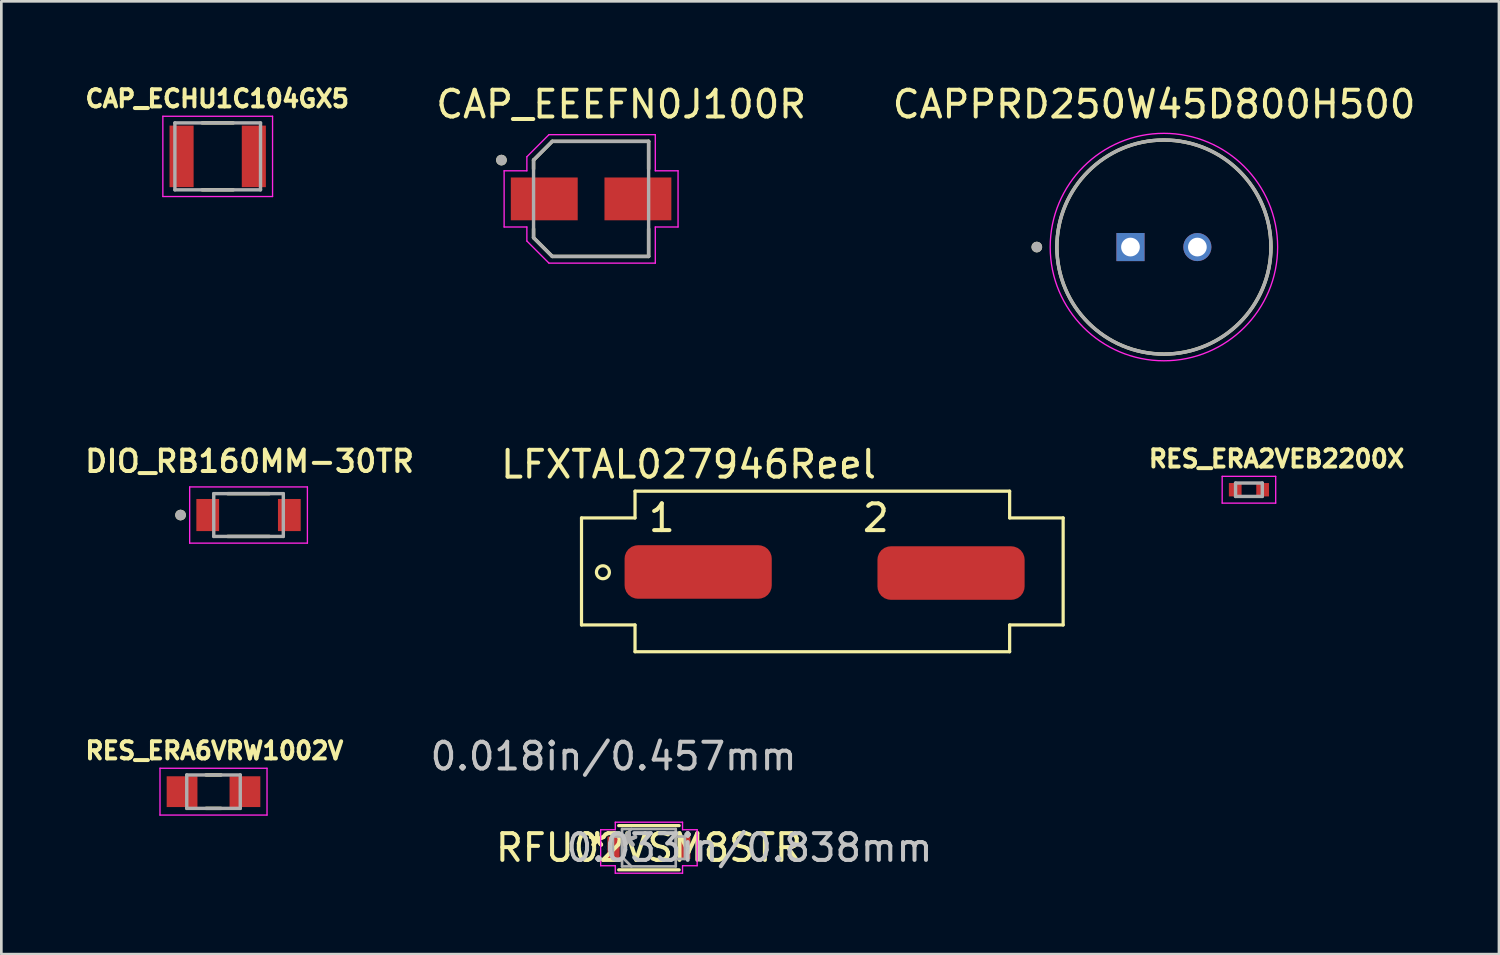
<source format=kicad_pcb>
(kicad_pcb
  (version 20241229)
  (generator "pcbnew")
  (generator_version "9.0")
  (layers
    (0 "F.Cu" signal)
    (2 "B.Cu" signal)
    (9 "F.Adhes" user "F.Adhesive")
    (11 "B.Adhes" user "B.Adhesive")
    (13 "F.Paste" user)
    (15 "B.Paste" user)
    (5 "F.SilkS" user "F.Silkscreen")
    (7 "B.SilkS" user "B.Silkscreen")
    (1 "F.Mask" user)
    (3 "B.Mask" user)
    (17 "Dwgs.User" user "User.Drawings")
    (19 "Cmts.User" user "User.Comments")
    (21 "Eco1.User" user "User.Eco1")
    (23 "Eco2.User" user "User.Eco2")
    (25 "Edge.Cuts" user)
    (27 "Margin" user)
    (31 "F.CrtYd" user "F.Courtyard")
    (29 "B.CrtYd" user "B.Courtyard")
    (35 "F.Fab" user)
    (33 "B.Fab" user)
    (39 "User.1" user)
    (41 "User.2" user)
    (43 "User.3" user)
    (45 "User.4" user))
  (footprint "RFU02VSM8STR"
    (layer "F.Cu")
    (at 21.201 28.631)
    (property "Reference" "RFU02VSM8STR" (at 0 0 0) (layer "F.SilkS") (effects (font (size 1 1) (thickness 0.15))))
    (attr through_hole)
    (fp_line (start -1.13 0.826) (end 1.13 0.826) (stroke (width 0.12) (type solid)) (layer "F.SilkS"))
    (fp_line (start 1.13 -0.826) (end -1.13 -0.826) (stroke (width 0.12) (type solid)) (layer "F.SilkS"))
    (fp_line (start -1.803 -0.673) (end -1.257 -0.673) (stroke (width 0.05) (type solid)) (layer "F.CrtYd"))
    (fp_line (start -1.803 0.673) (end -1.803 -0.673) (stroke (width 0.05) (type solid)) (layer "F.CrtYd"))
    (fp_line (start -1.257 -0.953) (end 1.257 -0.953) (stroke (width 0.05) (type solid)) (layer "F.CrtYd"))
    (fp_line (start -1.257 -0.673) (end -1.257 -0.953) (stroke (width 0.05) (type solid)) (layer "F.CrtYd"))
    (fp_line (start -1.257 0.673) (end -1.803 0.673) (stroke (width 0.05) (type solid)) (layer "F.CrtYd"))
    (fp_line (start -1.257 0.953) (end -1.257 0.673) (stroke (width 0.05) (type solid)) (layer "F.CrtYd"))
    (fp_line (start 1.257 -0.953) (end 1.257 -0.673) (stroke (width 0.05) (type solid)) (layer "F.CrtYd"))
    (fp_line (start 1.257 -0.673) (end 1.803 -0.673) (stroke (width 0.05) (type solid)) (layer "F.CrtYd"))
    (fp_line (start 1.257 0.673) (end 1.257 0.953) (stroke (width 0.05) (type solid)) (layer "F.CrtYd"))
    (fp_line (start 1.257 0.953) (end -1.257 0.953) (stroke (width 0.05) (type solid)) (layer "F.CrtYd"))
    (fp_line (start 1.803 -0.673) (end 1.803 0.673) (stroke (width 0.05) (type solid)) (layer "F.CrtYd"))
    (fp_line (start 1.803 0.673) (end 1.257 0.673) (stroke (width 0.05) (type solid)) (layer "F.CrtYd"))
    (fp_line (start -1.346 -0.419) (end -1.346 0.419) (stroke (width 0.1) (type solid)) (layer "F.Fab"))
    (fp_line (start -1.346 0.419) (end -1.003 0.419) (stroke (width 0.1) (type solid)) (layer "F.Fab"))
    (fp_line (start -1.003 -0.699) (end -1.003 0.699) (stroke (width 0.1) (type solid)) (layer "F.Fab"))
    (fp_line (start -1.003 -0.419) (end -1.346 -0.419) (stroke (width 0.1) (type solid)) (layer "F.Fab"))
    (fp_line (start -1.003 -0.349) (end -0.654 -0.699) (stroke (width 0.1) (type solid)) (layer "F.Fab"))
    (fp_line (start -1.003 0.349) (end -0.654 0.699) (stroke (width 0.1) (type solid)) (layer "F.Fab"))
    (fp_line (start -1.003 0.419) (end -1.003 -0.419) (stroke (width 0.1) (type solid)) (layer "F.Fab"))
    (fp_line (start -1.003 0.699) (end 1.003 0.699) (stroke (width 0.1) (type solid)) (layer "F.Fab"))
    (fp_line (start 1.003 -0.699) (end -1.003 -0.699) (stroke (width 0.1) (type solid)) (layer "F.Fab"))
    (fp_line (start 1.003 -0.419) (end 1.003 0.419) (stroke (width 0.1) (type solid)) (layer "F.Fab"))
    (fp_line (start 1.003 0.419) (end 1.346 0.419) (stroke (width 0.1) (type solid)) (layer "F.Fab"))
    (fp_line (start 1.003 0.699) (end 1.003 -0.699) (stroke (width 0.1) (type solid)) (layer "F.Fab"))
    (fp_line (start 1.346 -0.419) (end 1.003 -0.419) (stroke (width 0.1) (type solid)) (layer "F.Fab"))
    (fp_line (start 1.346 0.419) (end 1.346 -0.419) (stroke (width 0.1) (type solid)) (layer "F.Fab"))
    (fp_text user "*" (at -1.93 0 0) (layer "F.SilkS") (effects (font (size 1 1) (thickness 0.15))))
    (fp_text user "*" (at -1.93 0 0) (layer "F.SilkS") (effects (font (size 1 1) (thickness 0.15))))
    (fp_text user "0.018in/0.457mm" (at -1.321 -3.416 0) (layer "Dwgs.User") (effects (font (size 1 1) (thickness 0.15))))
    (fp_text user "0.033in/0.838mm" (at 3.759 0 0) (layer "Dwgs.User") (effects (font (size 1 1) (thickness 0.15))))
    (fp_text user "Copyright 2021 Accelerated Designs. All rights reserved." (at 0 0 0) (layer "Cmts.User") (effects (font (size 0.127 0.127) (thickness 0.002))))
    (fp_text user "*" (at -0.749 0 0) (layer "F.Fab") (effects (font (size 1 1) (thickness 0.15))))
    (fp_text user "*" (at -0.749 0 0) (layer "F.Fab") (effects (font (size 1 1) (thickness 0.15))))
    (pad "1" smd rect (at -1.321 0) (size 0.457 0.838) (layers "F.Cu" "F.Mask" "F.Paste"))
    (pad "2" smd rect (at 1.321 0) (size 0.457 0.838) (layers "F.Cu" "F.Mask" "F.Paste")))
  (footprint "CAP_ECHU1C104GX5"
    (layer "F.Cu")
    (at 5.086 2.794)
    (property "Reference" "CAP_ECHU1C104GX5" (at -0.018 -2.156 0) (layer "F.SilkS") (effects (font (size 0.64 0.64) (thickness 0.15))))
    (attr through_hole)
    (fp_line (start -0.58 -1.25) (end 0.58 -1.25) (stroke (width 0.127) (type solid)) (layer "F.SilkS"))
    (fp_line (start -0.58 1.25) (end 0.58 1.25) (stroke (width 0.127) (type solid)) (layer "F.SilkS"))
    (fp_line (start -2.05 -1.5) (end -2.05 1.5) (stroke (width 0.05) (type solid)) (layer "F.CrtYd"))
    (fp_line (start -2.05 1.5) (end 2.05 1.5) (stroke (width 0.05) (type solid)) (layer "F.CrtYd"))
    (fp_line (start 2.05 -1.5) (end -2.05 -1.5) (stroke (width 0.05) (type solid)) (layer "F.CrtYd"))
    (fp_line (start 2.05 1.5) (end 2.05 -1.5) (stroke (width 0.05) (type solid)) (layer "F.CrtYd"))
    (fp_line (start -1.6 -1.25) (end -1.6 1.25) (stroke (width 0.127) (type solid)) (layer "F.Fab"))
    (fp_line (start -1.6 -1.25) (end 1.6 -1.25) (stroke (width 0.127) (type solid)) (layer "F.Fab"))
    (fp_line (start -1.6 1.25) (end 1.6 1.25) (stroke (width 0.127) (type solid)) (layer "F.Fab"))
    (fp_line (start 1.6 -1.25) (end 1.6 1.25) (stroke (width 0.127) (type solid)) (layer "F.Fab"))
    (pad "1" smd rect (at -1.35 0) (size 0.9 2.3) (layers "F.Cu" "F.Mask" "F.Paste"))
    (pad "2" smd rect (at 1.35 0) (size 0.9 2.3) (layers "F.Cu" "F.Mask" "F.Paste")))
  (footprint "LFXTAL027946Reel"
    (layer "F.Cu")
    (at 27.682 18.306)
    (property "Reference" "LFXTAL027946Reel" (at -5 -4 0) (layer "F.SilkS") (effects (font (size 1 1) (thickness 0.15))))
    (attr through_hole)
    (fp_line (start -9 -2) (end -7 -2) (stroke (width 0.12) (type solid)) (layer "F.SilkS"))
    (fp_line (start -9 2) (end -9 -2) (stroke (width 0.12) (type solid)) (layer "F.SilkS"))
    (fp_line (start -7 -3) (end 7 -3) (stroke (width 0.12) (type solid)) (layer "F.SilkS"))
    (fp_line (start -7 -2) (end -7 -3) (stroke (width 0.12) (type solid)) (layer "F.SilkS"))
    (fp_line (start -7 2) (end -9 2) (stroke (width 0.12) (type solid)) (layer "F.SilkS"))
    (fp_line (start -7 3) (end -7 2) (stroke (width 0.12) (type solid)) (layer "F.SilkS"))
    (fp_line (start 7 -3) (end 7 -2) (stroke (width 0.12) (type solid)) (layer "F.SilkS"))
    (fp_line (start 7 -2) (end 9 -2) (stroke (width 0.12) (type solid)) (layer "F.SilkS"))
    (fp_line (start 7 2) (end 7 3) (stroke (width 0.12) (type solid)) (layer "F.SilkS"))
    (fp_line (start 7 3) (end -7 3) (stroke (width 0.12) (type solid)) (layer "F.SilkS"))
    (fp_line (start 9 -2) (end 9 2) (stroke (width 0.12) (type solid)) (layer "F.SilkS"))
    (fp_line (start 9 2) (end 7 2) (stroke (width 0.12) (type solid)) (layer "F.SilkS"))
    (fp_circle (center -8.2 0.03) (end -8.08 0.24) (stroke (width 0.12) (type solid)) (fill no) (layer "F.SilkS"))
    (fp_text user "1" (at -6 -2 0) (layer "F.SilkS") (effects (font (size 1 1) (thickness 0.15))))
    (fp_text user "2" (at 2 -2 0) (layer "F.SilkS") (effects (font (size 1 1) (thickness 0.15))))
    (pad "1" smd roundrect (at -4.64 0.02) (size 5.5 2) (layers "F.Cu" "F.Mask" "F.Paste") (roundrect_rratio 0.25))
    (pad "2" smd roundrect (at 4.81 0.06) (size 5.5 2) (layers "F.Cu" "F.Mask" "F.Paste") (roundrect_rratio 0.25)))
  (footprint "CAPPRD250W45D800H500"
    (layer "F.Cu")
    (at 40.448 6.183)
    (property "Reference" "CAPPRD250W45D800H500" (at -0.367 -5.335 0) (layer "F.SilkS") (effects (font (size 1 1) (thickness 0.15))))
    (attr through_hole)
    (fp_circle (center -4.75 0) (end -4.65 0) (stroke (width 0.2) (type solid)) (fill no) (layer "F.SilkS"))
    (fp_circle (center 0 0) (end 4 0) (stroke (width 0.127) (type solid)) (fill no) (layer "F.SilkS"))
    (fp_circle (center 0 0) (end 4.25 0) (stroke (width 0.05) (type solid)) (fill no) (layer "F.CrtYd"))
    (fp_circle (center -4.75 0) (end -4.65 0) (stroke (width 0.2) (type solid)) (fill no) (layer "F.Fab"))
    (fp_circle (center 0 0) (end 4 0) (stroke (width 0.127) (type solid)) (fill no) (layer "F.Fab"))
    (pad "N" thru_hole circle (at 1.25 0) (size 1.05 1.05) (drill 0.7) (layers "*.Cu" "*.Mask"))
    (pad "P" thru_hole rect (at -1.25 0) (size 1.05 1.05) (drill 0.7) (layers "*.Cu" "*.Mask")))
  (footprint "DIO_RB160MM-30TR"
    (layer "F.Cu")
    (at 6.238 16.198)
    (property "Reference" "DIO_RB160MM-30TR" (at 0.04 -2.008 0) (layer "F.SilkS") (effects (font (size 0.8 0.8) (thickness 0.15))))
    (attr through_hole)
    (fp_line (start -0.78 -0.8) (end 0.78 -0.8) (stroke (width 0.127) (type solid)) (layer "F.SilkS"))
    (fp_line (start -0.78 0.8) (end 0.78 0.8) (stroke (width 0.127) (type solid)) (layer "F.SilkS"))
    (fp_circle (center -2.54 0) (end -2.44 0) (stroke (width 0.2) (type solid)) (fill no) (layer "F.SilkS"))
    (fp_line (start -2.2 -1.05) (end -2.2 1.05) (stroke (width 0.05) (type solid)) (layer "F.CrtYd"))
    (fp_line (start -2.2 1.05) (end 2.2 1.05) (stroke (width 0.05) (type solid)) (layer "F.CrtYd"))
    (fp_line (start 2.2 -1.05) (end -2.2 -1.05) (stroke (width 0.05) (type solid)) (layer "F.CrtYd"))
    (fp_line (start 2.2 1.05) (end 2.2 -1.05) (stroke (width 0.05) (type solid)) (layer "F.CrtYd"))
    (fp_line (start -1.3 -0.8) (end -1.3 0.8) (stroke (width 0.127) (type solid)) (layer "F.Fab"))
    (fp_line (start 1.3 -0.8) (end -1.3 -0.8) (stroke (width 0.127) (type solid)) (layer "F.Fab"))
    (fp_line (start 1.3 -0.8) (end 1.3 0.8) (stroke (width 0.127) (type solid)) (layer "F.Fab"))
    (fp_line (start 1.3 0.8) (end -1.3 0.8) (stroke (width 0.127) (type solid)) (layer "F.Fab"))
    (fp_circle (center -2.54 0) (end -2.44 0) (stroke (width 0.2) (type solid)) (fill no) (layer "F.Fab"))
    (pad "A" smd rect (at 1.525 0) (size 0.85 1.2) (layers "F.Cu" "F.Mask" "F.Paste"))
    (pad "K" smd rect (at -1.525 0) (size 0.85 1.2) (layers "F.Cu" "F.Mask" "F.Paste")))
  (footprint "CAP_EEEFN0J100R"
    (layer "F.Cu")
    (at 19.04 4.383)
    (property "Reference" "CAP_EEEFN0J100R" (at 1.125 -3.535 0) (layer "F.SilkS") (effects (font (size 1 1) (thickness 0.15))))
    (attr through_hole)
    (fp_line (start -2.15 -1.45) (end -2.15 -1.12) (stroke (width 0.127) (type solid)) (layer "F.SilkS"))
    (fp_line (start -2.15 1.12) (end -2.15 1.45) (stroke (width 0.127) (type solid)) (layer "F.SilkS"))
    (fp_line (start -2.15 1.45) (end -1.45 2.15) (stroke (width 0.127) (type solid)) (layer "F.SilkS"))
    (fp_line (start -1.45 -2.15) (end -2.15 -1.45) (stroke (width 0.127) (type solid)) (layer "F.SilkS"))
    (fp_line (start -1.45 2.15) (end 2.15 2.15) (stroke (width 0.127) (type solid)) (layer "F.SilkS"))
    (fp_line (start 2.15 -2.15) (end -1.45 -2.15) (stroke (width 0.127) (type solid)) (layer "F.SilkS"))
    (fp_line (start 2.15 -1.12) (end 2.15 -2.15) (stroke (width 0.127) (type solid)) (layer "F.SilkS"))
    (fp_line (start 2.15 2.15) (end 2.15 1.12) (stroke (width 0.127) (type solid)) (layer "F.SilkS"))
    (fp_circle (center -3.35 -1.45) (end -3.25 -1.45) (stroke (width 0.2) (type solid)) (fill no) (layer "F.SilkS"))
    (fp_line (start -3.25 -1.05) (end -2.4 -1.05) (stroke (width 0.05) (type solid)) (layer "F.CrtYd"))
    (fp_line (start -3.25 1.05) (end -3.25 -1.05) (stroke (width 0.05) (type solid)) (layer "F.CrtYd"))
    (fp_line (start -2.4 -1.575) (end -1.575 -2.4) (stroke (width 0.05) (type solid)) (layer "F.CrtYd"))
    (fp_line (start -2.4 -1.05) (end -2.4 -1.575) (stroke (width 0.05) (type solid)) (layer "F.CrtYd"))
    (fp_line (start -2.4 1.05) (end -3.25 1.05) (stroke (width 0.05) (type solid)) (layer "F.CrtYd"))
    (fp_line (start -2.4 1.575) (end -2.4 1.05) (stroke (width 0.05) (type solid)) (layer "F.CrtYd"))
    (fp_line (start -1.575 -2.4) (end 2.4 -2.4) (stroke (width 0.05) (type solid)) (layer "F.CrtYd"))
    (fp_line (start -1.575 2.4) (end -2.4 1.575) (stroke (width 0.05) (type solid)) (layer "F.CrtYd"))
    (fp_line (start 2.4 -2.4) (end 2.4 -1.05) (stroke (width 0.05) (type solid)) (layer "F.CrtYd"))
    (fp_line (start 2.4 -1.05) (end 3.25 -1.05) (stroke (width 0.05) (type solid)) (layer "F.CrtYd"))
    (fp_line (start 2.4 1.05) (end 2.4 2.4) (stroke (width 0.05) (type solid)) (layer "F.CrtYd"))
    (fp_line (start 2.4 2.4) (end -1.575 2.4) (stroke (width 0.05) (type solid)) (layer "F.CrtYd"))
    (fp_line (start 3.25 -1.05) (end 3.25 1.05) (stroke (width 0.05) (type solid)) (layer "F.CrtYd"))
    (fp_line (start 3.25 1.05) (end 2.4 1.05) (stroke (width 0.05) (type solid)) (layer "F.CrtYd"))
    (fp_line (start -2.15 -1.45) (end -2.15 1.45) (stroke (width 0.127) (type solid)) (layer "F.Fab"))
    (fp_line (start -2.15 1.45) (end -1.45 2.15) (stroke (width 0.127) (type solid)) (layer "F.Fab"))
    (fp_line (start -1.45 -2.15) (end -2.15 -1.45) (stroke (width 0.127) (type solid)) (layer "F.Fab"))
    (fp_line (start -1.45 2.15) (end 2.15 2.15) (stroke (width 0.127) (type solid)) (layer "F.Fab"))
    (fp_line (start 2.15 -2.15) (end -1.45 -2.15) (stroke (width 0.127) (type solid)) (layer "F.Fab"))
    (fp_line (start 2.15 2.15) (end 2.15 -2.15) (stroke (width 0.127) (type solid)) (layer "F.Fab"))
    (fp_circle (center -3.35 -1.45) (end -3.25 -1.45) (stroke (width 0.2) (type solid)) (fill no) (layer "F.Fab"))
    (pad "1" smd rect (at -1.75 0) (size 2.5 1.6) (layers "F.Cu" "F.Mask" "F.Paste"))
    (pad "2" smd rect (at 1.75 0) (size 2.5 1.6) (layers "F.Cu" "F.Mask" "F.Paste")))
  (footprint "RES_ERA6VRW1002V"
    (layer "F.Cu")
    (at 4.929 26.536)
    (property "Reference" "RES_ERA6VRW1002V" (at 0.032 -1.531 0) (layer "F.SilkS") (effects (font (size 0.64 0.64) (thickness 0.15))))
    (attr through_hole)
    (fp_line (start -0.28 -0.625) (end 0.28 -0.625) (stroke (width 0.127) (type solid)) (layer "F.SilkS"))
    (fp_line (start -0.28 0.625) (end 0.28 0.625) (stroke (width 0.127) (type solid)) (layer "F.SilkS"))
    (fp_line (start -2 -0.875) (end -2 0.875) (stroke (width 0.05) (type solid)) (layer "F.CrtYd"))
    (fp_line (start -2 0.875) (end 2 0.875) (stroke (width 0.05) (type solid)) (layer "F.CrtYd"))
    (fp_line (start 2 -0.875) (end -2 -0.875) (stroke (width 0.05) (type solid)) (layer "F.CrtYd"))
    (fp_line (start 2 0.875) (end 2 -0.875) (stroke (width 0.05) (type solid)) (layer "F.CrtYd"))
    (fp_line (start -1 -0.625) (end -1 0.625) (stroke (width 0.127) (type solid)) (layer "F.Fab"))
    (fp_line (start -1 -0.625) (end 1 -0.625) (stroke (width 0.127) (type solid)) (layer "F.Fab"))
    (fp_line (start -1 0.625) (end 1 0.625) (stroke (width 0.127) (type solid)) (layer "F.Fab"))
    (fp_line (start 1 -0.625) (end 1 0.625) (stroke (width 0.127) (type solid)) (layer "F.Fab"))
    (pad "1" smd rect (at -1.175 0) (size 1.15 1.15) (layers "F.Cu" "F.Mask" "F.Paste"))
    (pad "2" smd rect (at 1.175 0) (size 1.15 1.15) (layers "F.Cu" "F.Mask" "F.Paste")))
  (footprint "RES_ERA2VEB2200X"
    (layer "F.Cu")
    (at 43.625 15.252)
    (property "Reference" "RES_ERA2VEB2200X" (at 1.032 -1.156 0) (layer "F.SilkS") (effects (font (size 0.64 0.64) (thickness 0.15))))
    (attr through_hole)
    (fp_line (start -1 -0.5) (end -1 0.5) (stroke (width 0.05) (type solid)) (layer "F.CrtYd"))
    (fp_line (start -1 0.5) (end 1 0.5) (stroke (width 0.05) (type solid)) (layer "F.CrtYd"))
    (fp_line (start 1 -0.5) (end -1 -0.5) (stroke (width 0.05) (type solid)) (layer "F.CrtYd"))
    (fp_line (start 1 0.5) (end 1 -0.5) (stroke (width 0.05) (type solid)) (layer "F.CrtYd"))
    (fp_line (start -0.5 -0.25) (end -0.5 0.25) (stroke (width 0.127) (type solid)) (layer "F.Fab"))
    (fp_line (start -0.5 -0.25) (end 0.5 -0.25) (stroke (width 0.127) (type solid)) (layer "F.Fab"))
    (fp_line (start -0.5 0.25) (end 0.5 0.25) (stroke (width 0.127) (type solid)) (layer "F.Fab"))
    (fp_line (start 0.5 -0.25) (end 0.5 0.25) (stroke (width 0.127) (type solid)) (layer "F.Fab"))
    (pad "1" smd rect (at -0.512 0) (size 0.475 0.5) (layers "F.Cu" "F.Mask" "F.Paste"))
    (pad "2" smd rect (at 0.512 0) (size 0.475 0.5) (layers "F.Cu" "F.Mask" "F.Paste")))
  (gr_rect
    (start -3 -3)
    (end 52.969 32.609)
    (stroke (width 0.1) (type default))
    (fill no)
    (layer "Edge.Cuts")))
</source>
